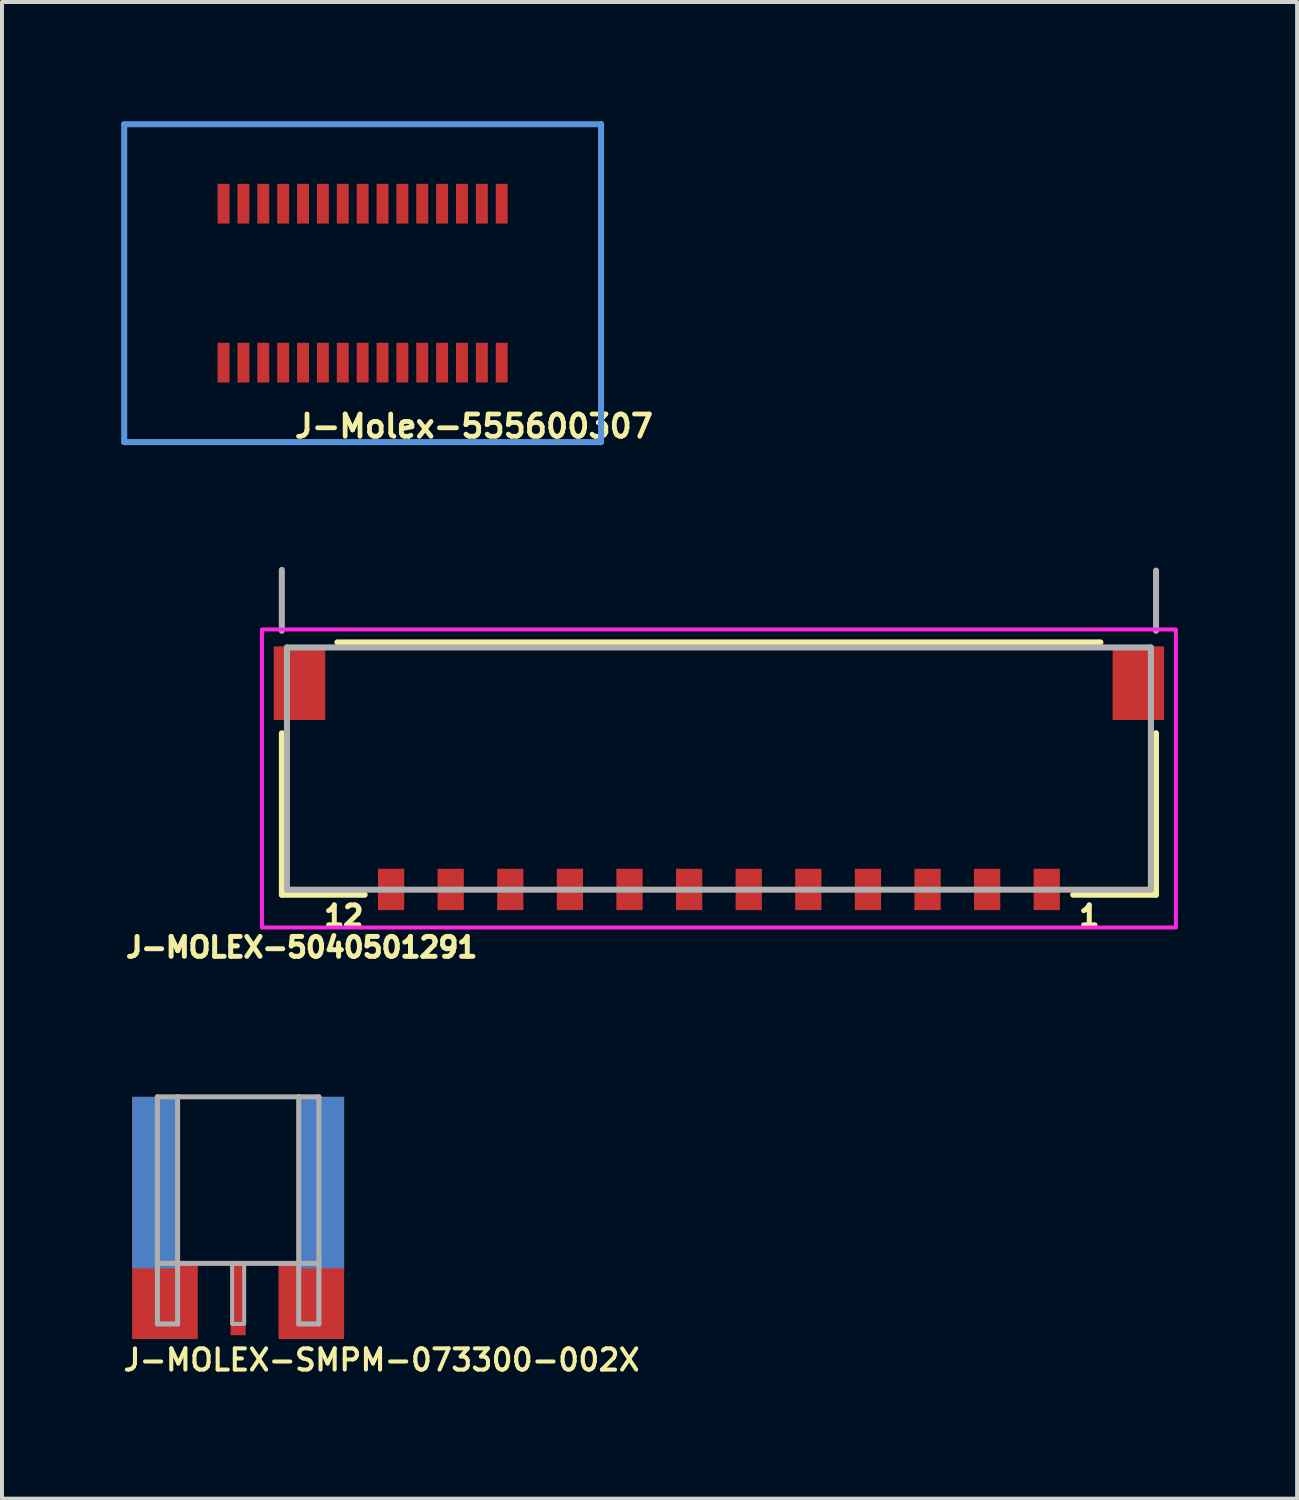
<source format=kicad_pcb>
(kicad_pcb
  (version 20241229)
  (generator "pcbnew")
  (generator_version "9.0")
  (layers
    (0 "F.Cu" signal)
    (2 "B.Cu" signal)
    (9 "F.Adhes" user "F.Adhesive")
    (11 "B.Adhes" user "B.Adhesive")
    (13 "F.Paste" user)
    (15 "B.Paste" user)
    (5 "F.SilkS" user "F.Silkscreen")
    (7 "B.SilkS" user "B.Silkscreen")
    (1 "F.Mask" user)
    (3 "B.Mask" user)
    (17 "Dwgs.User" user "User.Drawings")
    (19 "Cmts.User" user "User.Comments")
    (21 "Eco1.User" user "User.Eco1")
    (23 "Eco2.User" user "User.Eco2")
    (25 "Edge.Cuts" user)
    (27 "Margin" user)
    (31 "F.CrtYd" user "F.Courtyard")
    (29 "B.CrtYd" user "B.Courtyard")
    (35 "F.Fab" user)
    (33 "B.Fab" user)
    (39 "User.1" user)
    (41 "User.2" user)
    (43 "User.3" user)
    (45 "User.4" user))
  (footprint "J-MOLEX-SMPM-073300-002X"
    (layer "F.Cu")
    (at 2.943 24.552)
    (property "Reference" "J-MOLEX-SMPM-073300-002X" (at -2.943 6.622 0) (layer "F.SilkS") (effects (font (size 0.533 0.533) (thickness 0.102)) (justify left)))
    (fp_rect (start -1 4.2) (end 1 6) (stroke (width 0.1) (type solid)) (fill yes) (layer "F.Mask"))
    (fp_line (start -1.575 0) (end -1.575 2.921) (stroke (width 0.05) (type solid)) (layer "Margin"))
    (fp_line (start -0.305 4.191) (end 0.305 4.191) (stroke (width 0.05) (type solid)) (layer "Margin"))
    (fp_line (start 1.575 2.921) (end 1.575 0) (stroke (width 0.05) (type solid)) (layer "Margin"))
    (fp_arc (start -0.304799 4.191001) (mid -1.202825 3.819026) (end -1.5748 2.921) (stroke (width 0.05) (type solid)) (layer "Margin"))
    (fp_arc (start 1.574799 2.920999) (mid 1.202825 3.819025) (end 0.3048 4.191) (stroke (width 0.05) (type solid)) (layer "Margin"))
    (fp_line (start -2.032 0) (end -2.032 4.191) (stroke (width 0.127) (type solid)) (layer "F.Fab"))
    (fp_line (start -2.032 4.191) (end -2.032 5.715) (stroke (width 0.127) (type solid)) (layer "F.Fab"))
    (fp_line (start -2.032 4.191) (end -1.524 4.191) (stroke (width 0.127) (type solid)) (layer "F.Fab"))
    (fp_line (start -2.032 5.715) (end -1.524 5.715) (stroke (width 0.127) (type solid)) (layer "F.Fab"))
    (fp_line (start -1.524 0) (end -2.032 0) (stroke (width 0.127) (type solid)) (layer "F.Fab"))
    (fp_line (start -1.524 0) (end -1.524 4.191) (stroke (width 0.127) (type solid)) (layer "F.Fab"))
    (fp_line (start -1.524 4.191) (end 0 4.191) (stroke (width 0.127) (type solid)) (layer "F.Fab"))
    (fp_line (start -1.524 5.715) (end -1.524 4.191) (stroke (width 0.127) (type solid)) (layer "F.Fab"))
    (fp_line (start 0 4.191) (end 1.524 4.191) (stroke (width 0.127) (type solid)) (layer "F.Fab"))
    (fp_line (start 1.524 0) (end -1.524 0) (stroke (width 0.127) (type solid)) (layer "F.Fab"))
    (fp_line (start 1.524 0) (end 1.524 4.191) (stroke (width 0.127) (type solid)) (layer "F.Fab"))
    (fp_line (start 1.524 4.191) (end 2.032 4.191) (stroke (width 0.127) (type solid)) (layer "F.Fab"))
    (fp_line (start 1.524 5.715) (end 1.524 4.191) (stroke (width 0.127) (type solid)) (layer "F.Fab"))
    (fp_line (start 2.032 0) (end 1.524 0) (stroke (width 0.127) (type solid)) (layer "F.Fab"))
    (fp_line (start 2.032 4.191) (end 2.032 0) (stroke (width 0.127) (type solid)) (layer "F.Fab"))
    (fp_line (start 2.032 4.191) (end 2.032 5.715) (stroke (width 0.127) (type solid)) (layer "F.Fab"))
    (fp_line (start 2.032 5.715) (end 1.524 5.715) (stroke (width 0.127) (type solid)) (layer "F.Fab"))
    (fp_poly (pts (xy -0.152 5.715) (xy 0.152 5.715) (xy 0.152 4.191) (xy -0.152 4.191)) (stroke (width 0.1) (type solid)) (fill no) (layer "F.Fab"))
    (pad "SHLD" smd custom (at -2.032 1.778 180) (size 0.508 0.508) (layers "B.Cu" "B.Mask") (options (anchor rect)) (primitives (gr_poly (pts (xy -0.457 -2.54) (xy 0.635 -2.54) (xy 0.635 1.778) (xy -0.457 1.778)) (width 0) (fill yes))))
    (pad "SHLD" smd custom (at -1.778 5.08) (size 0.508 0.508) (layers "F.Cu" "F.Mask") (options (anchor rect)) (primitives (gr_poly (pts (xy 0.203 -0.889) (xy 0.762 -0.889) (xy 0.762 1.016) (xy -0.889 1.016) (xy -0.889 -5.08) (xy 0.203 -5.08)) (width 0) (fill yes))))
    (pad "SHLD" smd custom (at 1.778 5.08) (size 0.508 0.508) (layers "F.Cu" "F.Mask") (options (anchor rect)) (primitives (gr_poly (pts (xy 0.889 1.016) (xy -0.762 1.016) (xy -0.762 -0.889) (xy -0.203 -0.889) (xy -0.203 -5.08) (xy 0.889 -5.08)) (width 0) (fill yes))))
    (pad "SHLD" smd custom (at 2.032 1.778 180) (size 0.508 0.508) (layers "B.Cu" "B.Mask") (options (anchor rect)) (primitives (gr_poly (pts (xy -0.635 -2.54) (xy 0.457 -2.54) (xy 0.457 1.778) (xy -0.635 1.778)) (width 0) (fill yes))))
    (pad "SIG" smd rect (at 0 5.1) (size 0.38 1.8) (layers "F.Cu" "F.Mask"))
    (zone (net_name "") (layers "F.Cu" "F.Mask") (hatch edge 0.508) (connect_pads) (min_thickness 0.254) (filled_areas_thickness no) (keepout (tracks allowed) (vias not_allowed) (pads allowed) (copperpour not_allowed) (footprints allowed)) (placement (enabled no)) (fill) (polygon (pts (xy 4.133 30.522) (xy 1.753 30.522) (xy 1.753 28.652) (xy 4.133 28.652)))))
  (footprint "J-MOLEX-5040501291"
    (layer "F.Cu")
    (at 15.042 16.291)
    (property "Reference" "J-MOLEX-5040501291" (at -10.5 4.5 0) (layer "F.SilkS") (effects (font (size 0.5 0.5) (thickness 0.125) (bold yes))))
    (attr smd)
    (fp_line (start -10.998 -0.889) (end -10.998 3.175) (stroke (width 0.152) (type solid)) (layer "F.SilkS"))
    (fp_line (start -10.998 3.175) (end -8.915 3.175) (stroke (width 0.152) (type solid)) (layer "F.SilkS"))
    (fp_line (start 8.915 3.175) (end 10.998 3.175) (stroke (width 0.152) (type solid)) (layer "F.SilkS"))
    (fp_line (start 9.601 -3.175) (end -9.601 -3.175) (stroke (width 0.152) (type solid)) (layer "F.SilkS"))
    (fp_line (start 10.998 3.175) (end 10.998 -0.889) (stroke (width 0.152) (type solid)) (layer "F.SilkS"))
    (fp_rect (start -11.5 -3.5) (end 11.5 4) (stroke (width 0.1) (type solid)) (fill no) (layer "F.CrtYd"))
    (fp_line (start -11 -5) (end -11 -3.468) (stroke (width 0.152) (type solid)) (layer "F.Fab"))
    (fp_line (start -10.871 -3.048) (end -10.871 3.048) (stroke (width 0.152) (type solid)) (layer "F.Fab"))
    (fp_line (start -10.871 3.048) (end 10.871 3.048) (stroke (width 0.152) (type solid)) (layer "F.Fab"))
    (fp_line (start 10.871 -3.048) (end -10.871 -3.048) (stroke (width 0.152) (type solid)) (layer "F.Fab"))
    (fp_line (start 10.871 3.048) (end 10.871 -3.048) (stroke (width 0.152) (type solid)) (layer "F.Fab"))
    (fp_line (start 11 -3.468) (end 11 -4.982) (stroke (width 0.152) (type solid)) (layer "F.Fab"))
    (fp_text user "1" (at 9 4 0) (unlocked yes) (layer "F.SilkS") (effects (font (size 0.5 0.5) (thickness 0.125) (bold yes)) (justify left bottom)))
    (fp_text user "12" (at -10 4 0) (unlocked yes) (layer "F.SilkS") (effects (font (size 0.5 0.5) (thickness 0.125) (bold yes)) (justify left bottom)))
    (pad "1" smd rect (at 8.25 3.042) (size 0.66 1.041) (layers "F.Cu" "F.Mask" "F.Paste"))
    (pad "2" smd rect (at 6.75 3.042) (size 0.66 1.041) (layers "F.Cu" "F.Mask" "F.Paste"))
    (pad "3" smd rect (at 5.25 3.042) (size 0.66 1.041) (layers "F.Cu" "F.Mask" "F.Paste"))
    (pad "4" smd rect (at 3.75 3.042) (size 0.66 1.041) (layers "F.Cu" "F.Mask" "F.Paste"))
    (pad "5" smd rect (at 2.25 3.042) (size 0.66 1.041) (layers "F.Cu" "F.Mask" "F.Paste"))
    (pad "6" smd rect (at 0.75 3.042) (size 0.66 1.041) (layers "F.Cu" "F.Mask" "F.Paste"))
    (pad "7" smd rect (at -0.75 3.042) (size 0.66 1.041) (layers "F.Cu" "F.Mask" "F.Paste"))
    (pad "8" smd rect (at -2.25 3.042) (size 0.66 1.041) (layers "F.Cu" "F.Mask" "F.Paste"))
    (pad "9" smd rect (at -3.75 3.042) (size 0.66 1.041) (layers "F.Cu" "F.Mask" "F.Paste"))
    (pad "10" smd rect (at -5.25 3.042) (size 0.66 1.041) (layers "F.Cu" "F.Mask" "F.Paste"))
    (pad "11" smd rect (at -6.75 3.042) (size 0.66 1.041) (layers "F.Cu" "F.Mask" "F.Paste"))
    (pad "12" smd rect (at -8.25 3.042) (size 0.66 1.041) (layers "F.Cu" "F.Mask" "F.Paste"))
    (pad "13" smd rect (at -10.555 -2.148) (size 1.295 1.854) (layers "F.Cu" "F.Mask" "F.Paste"))
    (pad "14" smd rect (at 10.555 -2.148) (size 1.295 1.854) (layers "F.Cu" "F.Mask" "F.Paste")))
  (footprint "J-Molex-555600307"
    (layer "F.Cu")
    (at 6.076 4.076)
    (property "Reference" "J-Molex-555600307" (at 2.8 3.6 0) (layer "F.SilkS") (effects (font (size 0.56 0.56) (thickness 0.12))))
    (fp_line (start -6 -4) (end 6 -4) (stroke (width 0.152) (type solid)) (layer "Cmts.User"))
    (fp_line (start -6 4) (end -6 -4) (stroke (width 0.152) (type solid)) (layer "Cmts.User"))
    (fp_line (start 6 -4) (end 6 4) (stroke (width 0.152) (type solid)) (layer "Cmts.User"))
    (fp_line (start 6 4) (end -6 4) (stroke (width 0.152) (type solid)) (layer "Cmts.User"))
    (pad "P$1" smd rect (at -3.5 -2) (size 0.3 1) (layers "F.Cu" "F.Mask" "F.Paste"))
    (pad "P$2" smd rect (at -3 -2) (size 0.3 1) (layers "F.Cu" "F.Mask" "F.Paste"))
    (pad "P$3" smd rect (at -2.5 -2) (size 0.3 1) (layers "F.Cu" "F.Mask" "F.Paste"))
    (pad "P$4" smd rect (at -2 -2) (size 0.3 1) (layers "F.Cu" "F.Mask" "F.Paste"))
    (pad "P$5" smd rect (at -1.5 -2) (size 0.3 1) (layers "F.Cu" "F.Mask" "F.Paste"))
    (pad "P$6" smd rect (at -1 -2) (size 0.3 1) (layers "F.Cu" "F.Mask" "F.Paste"))
    (pad "P$7" smd rect (at -0.5 -2) (size 0.3 1) (layers "F.Cu" "F.Mask" "F.Paste"))
    (pad "P$8" smd rect (at 0 -2) (size 0.3 1) (layers "F.Cu" "F.Mask" "F.Paste"))
    (pad "P$9" smd rect (at 0.5 -2) (size 0.3 1) (layers "F.Cu" "F.Mask" "F.Paste"))
    (pad "P$10" smd rect (at 1 -2) (size 0.3 1) (layers "F.Cu" "F.Mask" "F.Paste"))
    (pad "P$11" smd rect (at 1.5 -2) (size 0.3 1) (layers "F.Cu" "F.Mask" "F.Paste"))
    (pad "P$12" smd rect (at 2 -2) (size 0.3 1) (layers "F.Cu" "F.Mask" "F.Paste"))
    (pad "P$13" smd rect (at 2.5 -2) (size 0.3 1) (layers "F.Cu" "F.Mask" "F.Paste"))
    (pad "P$14" smd rect (at 3 -2) (size 0.3 1) (layers "F.Cu" "F.Mask" "F.Paste"))
    (pad "P$15" smd rect (at 3.5 -2) (size 0.3 1) (layers "F.Cu" "F.Mask" "F.Paste"))
    (pad "P$16" smd rect (at 3.5 2) (size 0.3 1) (layers "F.Cu" "F.Mask" "F.Paste"))
    (pad "P$17" smd rect (at 3 2) (size 0.3 1) (layers "F.Cu" "F.Mask" "F.Paste"))
    (pad "P$18" smd rect (at 2.5 2) (size 0.3 1) (layers "F.Cu" "F.Mask" "F.Paste"))
    (pad "P$19" smd rect (at 2 2) (size 0.3 1) (layers "F.Cu" "F.Mask" "F.Paste"))
    (pad "P$20" smd rect (at 1.5 2) (size 0.3 1) (layers "F.Cu" "F.Mask" "F.Paste"))
    (pad "P$21" smd rect (at 1 2) (size 0.3 1) (layers "F.Cu" "F.Mask" "F.Paste"))
    (pad "P$22" smd rect (at 0.5 2) (size 0.3 1) (layers "F.Cu" "F.Mask" "F.Paste"))
    (pad "P$23" smd rect (at 0 2) (size 0.3 1) (layers "F.Cu" "F.Mask" "F.Paste"))
    (pad "P$24" smd rect (at -0.5 2) (size 0.3 1) (layers "F.Cu" "F.Mask" "F.Paste"))
    (pad "P$25" smd rect (at -1 2) (size 0.3 1) (layers "F.Cu" "F.Mask" "F.Paste"))
    (pad "P$26" smd rect (at -1.5 2) (size 0.3 1) (layers "F.Cu" "F.Mask" "F.Paste"))
    (pad "P$27" smd rect (at -2 2) (size 0.3 1) (layers "F.Cu" "F.Mask" "F.Paste"))
    (pad "P$28" smd rect (at -2.5 2) (size 0.3 1) (layers "F.Cu" "F.Mask" "F.Paste"))
    (pad "P$29" smd rect (at -3 2) (size 0.3 1) (layers "F.Cu" "F.Mask" "F.Paste"))
    (pad "P$30" smd rect (at -3.5 2) (size 0.3 1) (layers "F.Cu" "F.Mask" "F.Paste")))
  (gr_rect
    (start -3 -3)
    (end 29.592 34.665)
    (stroke (width 0.1) (type default))
    (fill no)
    (layer "Edge.Cuts")))
</source>
